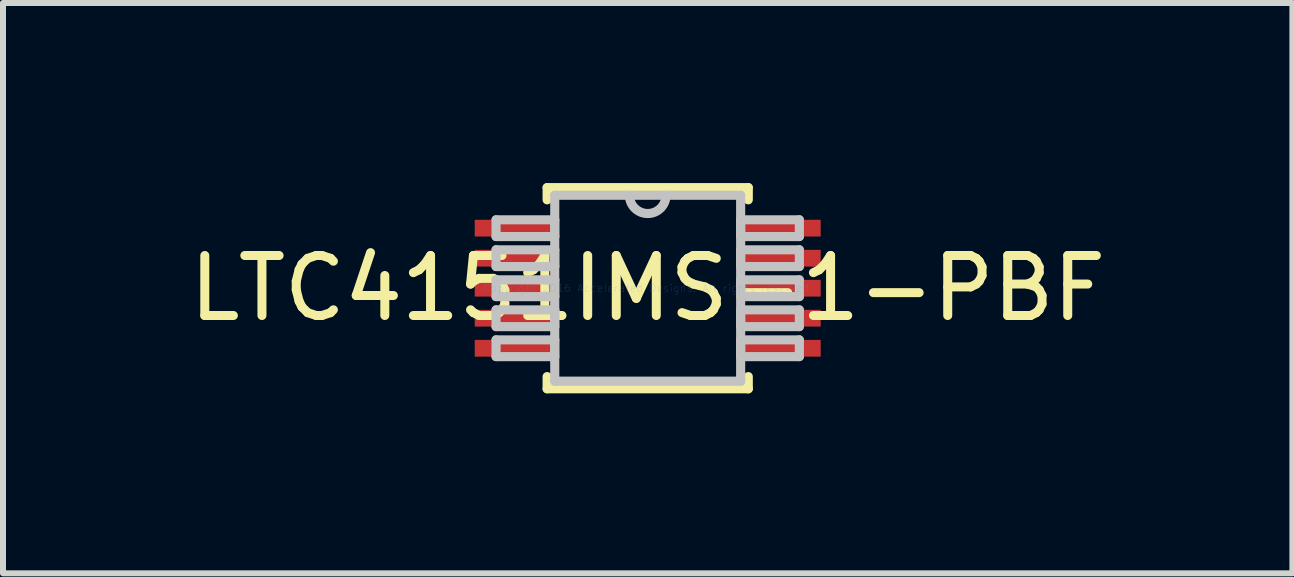
<source format=kicad_pcb>
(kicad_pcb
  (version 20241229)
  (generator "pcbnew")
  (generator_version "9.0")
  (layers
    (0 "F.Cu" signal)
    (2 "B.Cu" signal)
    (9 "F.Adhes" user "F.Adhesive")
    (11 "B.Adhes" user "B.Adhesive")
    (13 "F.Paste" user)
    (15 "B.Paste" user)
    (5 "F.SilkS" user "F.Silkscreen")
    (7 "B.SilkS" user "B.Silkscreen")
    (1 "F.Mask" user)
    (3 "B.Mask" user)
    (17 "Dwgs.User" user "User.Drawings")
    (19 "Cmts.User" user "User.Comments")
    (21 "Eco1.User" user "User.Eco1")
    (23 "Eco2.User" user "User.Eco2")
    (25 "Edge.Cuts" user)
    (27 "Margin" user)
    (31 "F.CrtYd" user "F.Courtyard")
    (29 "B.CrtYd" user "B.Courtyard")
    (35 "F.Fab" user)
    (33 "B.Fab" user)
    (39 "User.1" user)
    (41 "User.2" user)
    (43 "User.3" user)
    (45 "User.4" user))
  (footprint "LTC4151IMS-1-PBF"
    (layer "F.Cu")
    (at 7.744 1.753)
    (property "Reference" "LTC4151IMS-1-PBF" (at 0 0 0) (layer "F.SilkS") (effects (font (size 1 1) (thickness 0.15))))
    (attr through_hole)
    (fp_line (start -1.676 -1.676) (end -1.676 -1.473) (stroke (width 0.152) (type solid)) (layer "F.SilkS"))
    (fp_line (start -1.676 1.473) (end -1.676 1.676) (stroke (width 0.152) (type solid)) (layer "F.SilkS"))
    (fp_line (start -1.676 1.676) (end 1.676 1.676) (stroke (width 0.152) (type solid)) (layer "F.SilkS"))
    (fp_line (start 1.676 -1.676) (end -1.676 -1.676) (stroke (width 0.152) (type solid)) (layer "F.SilkS"))
    (fp_line (start 1.676 -1.473) (end 1.676 -1.676) (stroke (width 0.152) (type solid)) (layer "F.SilkS"))
    (fp_line (start 1.676 1.676) (end 1.676 1.473) (stroke (width 0.152) (type solid)) (layer "F.SilkS"))
    (fp_line (start -2.527 -1.14) (end -2.527 -0.861) (stroke (width 0.152) (type solid)) (layer "Dwgs.User"))
    (fp_line (start -2.527 -0.861) (end -1.549 -0.861) (stroke (width 0.152) (type solid)) (layer "Dwgs.User"))
    (fp_line (start -2.527 -0.64) (end -2.527 -0.361) (stroke (width 0.152) (type solid)) (layer "Dwgs.User"))
    (fp_line (start -2.527 -0.361) (end -1.549 -0.361) (stroke (width 0.152) (type solid)) (layer "Dwgs.User"))
    (fp_line (start -2.527 -0.14) (end -2.527 0.14) (stroke (width 0.152) (type solid)) (layer "Dwgs.User"))
    (fp_line (start -2.527 0.14) (end -1.549 0.14) (stroke (width 0.152) (type solid)) (layer "Dwgs.User"))
    (fp_line (start -2.527 0.361) (end -2.527 0.64) (stroke (width 0.152) (type solid)) (layer "Dwgs.User"))
    (fp_line (start -2.527 0.64) (end -1.549 0.64) (stroke (width 0.152) (type solid)) (layer "Dwgs.User"))
    (fp_line (start -2.527 0.861) (end -2.527 1.14) (stroke (width 0.152) (type solid)) (layer "Dwgs.User"))
    (fp_line (start -2.527 1.14) (end -1.549 1.14) (stroke (width 0.152) (type solid)) (layer "Dwgs.User"))
    (fp_line (start -1.549 -1.549) (end -1.549 1.549) (stroke (width 0.152) (type solid)) (layer "Dwgs.User"))
    (fp_line (start -1.549 -1.14) (end -2.527 -1.14) (stroke (width 0.152) (type solid)) (layer "Dwgs.User"))
    (fp_line (start -1.549 -0.861) (end -1.549 -1.14) (stroke (width 0.152) (type solid)) (layer "Dwgs.User"))
    (fp_line (start -1.549 -0.64) (end -2.527 -0.64) (stroke (width 0.152) (type solid)) (layer "Dwgs.User"))
    (fp_line (start -1.549 -0.361) (end -1.549 -0.64) (stroke (width 0.152) (type solid)) (layer "Dwgs.User"))
    (fp_line (start -1.549 -0.14) (end -2.527 -0.14) (stroke (width 0.152) (type solid)) (layer "Dwgs.User"))
    (fp_line (start -1.549 0.14) (end -1.549 -0.14) (stroke (width 0.152) (type solid)) (layer "Dwgs.User"))
    (fp_line (start -1.549 0.361) (end -2.527 0.361) (stroke (width 0.152) (type solid)) (layer "Dwgs.User"))
    (fp_line (start -1.549 0.64) (end -1.549 0.361) (stroke (width 0.152) (type solid)) (layer "Dwgs.User"))
    (fp_line (start -1.549 0.861) (end -2.527 0.861) (stroke (width 0.152) (type solid)) (layer "Dwgs.User"))
    (fp_line (start -1.549 1.14) (end -1.549 0.861) (stroke (width 0.152) (type solid)) (layer "Dwgs.User"))
    (fp_line (start -1.549 1.549) (end 1.549 1.549) (stroke (width 0.152) (type solid)) (layer "Dwgs.User"))
    (fp_line (start 1.549 -1.549) (end -1.549 -1.549) (stroke (width 0.152) (type solid)) (layer "Dwgs.User"))
    (fp_line (start 1.549 -1.14) (end 1.549 -0.861) (stroke (width 0.152) (type solid)) (layer "Dwgs.User"))
    (fp_line (start 1.549 -0.861) (end 2.527 -0.861) (stroke (width 0.152) (type solid)) (layer "Dwgs.User"))
    (fp_line (start 1.549 -0.64) (end 1.549 -0.361) (stroke (width 0.152) (type solid)) (layer "Dwgs.User"))
    (fp_line (start 1.549 -0.361) (end 2.527 -0.361) (stroke (width 0.152) (type solid)) (layer "Dwgs.User"))
    (fp_line (start 1.549 -0.14) (end 1.549 0.14) (stroke (width 0.152) (type solid)) (layer "Dwgs.User"))
    (fp_line (start 1.549 0.14) (end 2.527 0.14) (stroke (width 0.152) (type solid)) (layer "Dwgs.User"))
    (fp_line (start 1.549 0.361) (end 1.549 0.64) (stroke (width 0.152) (type solid)) (layer "Dwgs.User"))
    (fp_line (start 1.549 0.64) (end 2.527 0.64) (stroke (width 0.152) (type solid)) (layer "Dwgs.User"))
    (fp_line (start 1.549 0.861) (end 1.549 1.14) (stroke (width 0.152) (type solid)) (layer "Dwgs.User"))
    (fp_line (start 1.549 1.14) (end 2.527 1.14) (stroke (width 0.152) (type solid)) (layer "Dwgs.User"))
    (fp_line (start 1.549 1.549) (end 1.549 -1.549) (stroke (width 0.152) (type solid)) (layer "Dwgs.User"))
    (fp_line (start 2.527 -1.14) (end 1.549 -1.14) (stroke (width 0.152) (type solid)) (layer "Dwgs.User"))
    (fp_line (start 2.527 -0.861) (end 2.527 -1.14) (stroke (width 0.152) (type solid)) (layer "Dwgs.User"))
    (fp_line (start 2.527 -0.64) (end 1.549 -0.64) (stroke (width 0.152) (type solid)) (layer "Dwgs.User"))
    (fp_line (start 2.527 -0.361) (end 2.527 -0.64) (stroke (width 0.152) (type solid)) (layer "Dwgs.User"))
    (fp_line (start 2.527 -0.14) (end 1.549 -0.14) (stroke (width 0.152) (type solid)) (layer "Dwgs.User"))
    (fp_line (start 2.527 0.14) (end 2.527 -0.14) (stroke (width 0.152) (type solid)) (layer "Dwgs.User"))
    (fp_line (start 2.527 0.361) (end 1.549 0.361) (stroke (width 0.152) (type solid)) (layer "Dwgs.User"))
    (fp_line (start 2.527 0.64) (end 2.527 0.361) (stroke (width 0.152) (type solid)) (layer "Dwgs.User"))
    (fp_line (start 2.527 0.861) (end 1.549 0.861) (stroke (width 0.152) (type solid)) (layer "Dwgs.User"))
    (fp_line (start 2.527 1.14) (end 2.527 0.861) (stroke (width 0.152) (type solid)) (layer "Dwgs.User"))
    (fp_arc (start 0.3048 -1.5494) (mid 0 -1.2446) (end -0.3048 -1.5494) (stroke (width 0.1524) (type solid)) (layer "Dwgs.User"))
    (fp_text user "Copyright 2016 Accelerated Designs. All rights reserved." (at 0 0 0) (layer "Cmts.User") (effects (font (size 0.127 0.127) (thickness 0.002))))
    (pad "1" smd rect (at -2.184 -1.001) (size 1.397 0.279) (layers "F.Cu" "F.Mask" "F.Paste"))
    (pad "2" smd rect (at -2.184 -0.5) (size 1.397 0.279) (layers "F.Cu" "F.Mask" "F.Paste"))
    (pad "3" smd rect (at -2.184 0) (size 1.397 0.279) (layers "F.Cu" "F.Mask" "F.Paste"))
    (pad "4" smd rect (at -2.184 0.5) (size 1.397 0.279) (layers "F.Cu" "F.Mask" "F.Paste"))
    (pad "5" smd rect (at -2.184 1.001) (size 1.397 0.279) (layers "F.Cu" "F.Mask" "F.Paste"))
    (pad "6" smd rect (at 2.184 1.001) (size 1.397 0.279) (layers "F.Cu" "F.Mask" "F.Paste"))
    (pad "7" smd rect (at 2.184 0.5) (size 1.397 0.279) (layers "F.Cu" "F.Mask" "F.Paste"))
    (pad "8" smd rect (at 2.184 0) (size 1.397 0.279) (layers "F.Cu" "F.Mask" "F.Paste"))
    (pad "9" smd rect (at 2.184 -0.5) (size 1.397 0.279) (layers "F.Cu" "F.Mask" "F.Paste"))
    (pad "10" smd rect (at 2.184 -1.001) (size 1.397 0.279) (layers "F.Cu" "F.Mask" "F.Paste")))
  (gr_rect
    (start -3 -3)
    (end 18.488 6.505)
    (stroke (width 0.1) (type default))
    (fill no)
    (layer "Edge.Cuts")))
</source>
